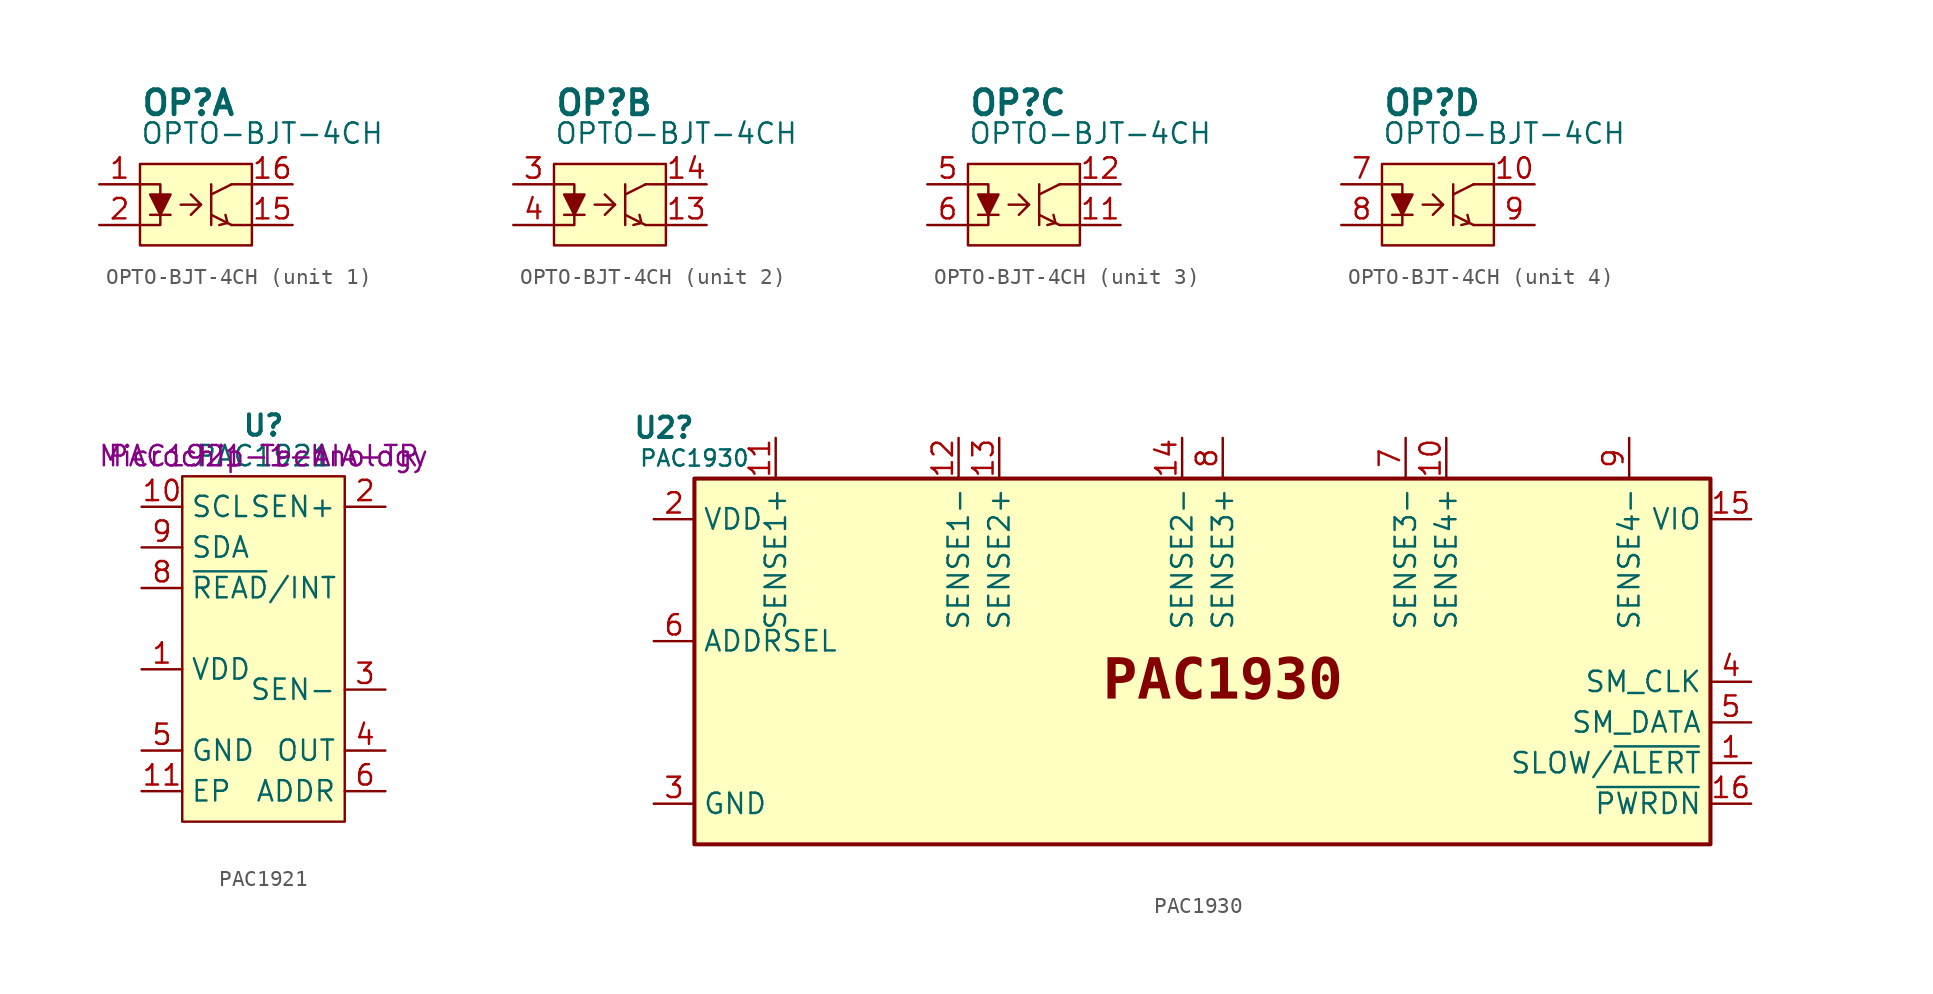
<source format=kicad_sym>
(kicad_symbol_lib
  (version 20231120)
  (generator "kicad_symbol_editor")
  (generator_version "8.0")
  (symbol "OPTO-BJT-4CH"
    (pin_names hide)
    (property "Reference" "OP"
      (at 0 0 0)
      (effects (font (size 1.5 1.5) (bold yes)) (justify left)))
    (property "Value" "OPTO-BJT-4CH"
      (at 0 -1.905 0)
      (effects (font (size 1.27 1.27)) (justify left)))
    (property "ki_locked" ""
      (at 0 0 0)
      (effects (font (size 1.27 1.27))))
    (symbol "OPTO-BJT-4CH_0_1"
      (polyline (pts (xy 0.635 -6.985) (xy 1.905 -6.985)) (stroke (width 0) (type default)) (fill (type none)))
      (polyline (pts (xy 0 -7.62) (xy 1.27 -7.62) (xy 1.27 -6.985)) (stroke (width 0) (type default)) (fill (type none)))
      (polyline (pts (xy 0 -5.08) (xy 1.27 -5.08) (xy 1.27 -5.715)) (stroke (width 0) (type default)) (fill (type none))))
    (symbol "OPTO-BJT-4CH_1_1"
      (rectangle (start 0 -3.81) (end 6.985 -8.89) (stroke (width 0) (type default)) (fill (type background)))
      (polyline (pts (xy 3.81 -6.35) (xy 3.175 -6.985)) (stroke (width 0) (type default)) (fill (type none)))
      (polyline (pts (xy 4.445 -6.985) (xy 5.715 -7.62)) (stroke (width 0) (type default)) (fill (type none)))
      (polyline (pts (xy 4.445 -5.08) (xy 4.445 -7.62)) (stroke (width 0) (type default)) (fill (type none)))
      (polyline (pts (xy 5.715 -5.08) (xy 4.445 -5.715)) (stroke (width 0) (type default)) (fill (type none)))
      (polyline (pts (xy 5.715 -5.08) (xy 6.985 -5.08)) (stroke (width 0) (type default)) (fill (type none)))
      (polyline (pts (xy 6.985 -7.62) (xy 5.715 -7.62)) (stroke (width 0) (type default)) (fill (type none)))
      (polyline (pts (xy 2.54 -6.35) (xy 3.81 -6.35) (xy 3.175 -5.715)) (stroke (width 0) (type default)) (fill (type none)))
      (polyline (pts (xy 4.953 -7.62) (xy 5.461 -7.493) (xy 5.334 -6.985)) (stroke (width 0) (type default)) (fill (type none)))
      (polyline (pts (xy 0.635 -5.715) (xy 1.905 -5.715) (xy 1.27 -6.985) (xy 0.635 -5.715)) (stroke (width 0) (type default)) (fill (type outline)))
      (pin input line (at -2.54 -5.08 0) (length 2.54) (name "A1" (effects (font (size 1.27 1.27)))) (number "1" (effects (font (size 1.27 1.27)))))
      (pin bidirectional line (at 9.525 -7.62 180) (length 2.54) (name "E1" (effects (font (size 1.27 1.27)))) (number "15" (effects (font (size 1.27 1.27)))))
      (pin bidirectional line (at 9.525 -5.08 180) (length 2.54) (name "C1" (effects (font (size 1.27 1.27)))) (number "16" (effects (font (size 1.27 1.27)))))
      (pin input line (at -2.54 -7.62 0) (length 2.54) (name "K1" (effects (font (size 1.27 1.27)))) (number "2" (effects (font (size 1.27 1.27))))))
    (symbol "OPTO-BJT-4CH_2_1"
      (rectangle (start 0 -3.81) (end 6.985 -8.89) (stroke (width 0) (type default)) (fill (type background)))
      (polyline (pts (xy 3.81 -6.35) (xy 3.175 -6.985)) (stroke (width 0) (type default)) (fill (type none)))
      (polyline (pts (xy 4.445 -6.985) (xy 5.715 -7.62)) (stroke (width 0) (type default)) (fill (type none)))
      (polyline (pts (xy 4.445 -5.08) (xy 4.445 -7.62)) (stroke (width 0) (type default)) (fill (type none)))
      (polyline (pts (xy 5.715 -5.08) (xy 4.445 -5.715)) (stroke (width 0) (type default)) (fill (type none)))
      (polyline (pts (xy 5.715 -5.08) (xy 6.985 -5.08)) (stroke (width 0) (type default)) (fill (type none)))
      (polyline (pts (xy 6.985 -7.62) (xy 5.715 -7.62)) (stroke (width 0) (type default)) (fill (type none)))
      (polyline (pts (xy 2.54 -6.35) (xy 3.81 -6.35) (xy 3.175 -5.715)) (stroke (width 0) (type default)) (fill (type none)))
      (polyline (pts (xy 4.953 -7.62) (xy 5.461 -7.493) (xy 5.334 -6.985)) (stroke (width 0) (type default)) (fill (type none)))
      (polyline (pts (xy 0.635 -5.715) (xy 1.905 -5.715) (xy 1.27 -6.985) (xy 0.635 -5.715)) (stroke (width 0) (type default)) (fill (type outline)))
      (pin bidirectional line (at 9.525 -7.62 180) (length 2.54) (name "E2" (effects (font (size 1.27 1.27)))) (number "13" (effects (font (size 1.27 1.27)))))
      (pin bidirectional line (at 9.525 -5.08 180) (length 2.54) (name "C2" (effects (font (size 1.27 1.27)))) (number "14" (effects (font (size 1.27 1.27)))))
      (pin input line (at -2.54 -5.08 0) (length 2.54) (name "A2" (effects (font (size 1.27 1.27)))) (number "3" (effects (font (size 1.27 1.27)))))
      (pin input line (at -2.54 -7.62 0) (length 2.54) (name "K2" (effects (font (size 1.27 1.27)))) (number "4" (effects (font (size 1.27 1.27))))))
    (symbol "OPTO-BJT-4CH_3_1"
      (rectangle (start 0 -3.81) (end 6.985 -8.89) (stroke (width 0) (type default)) (fill (type background)))
      (polyline (pts (xy 3.81 -6.35) (xy 3.175 -6.985)) (stroke (width 0) (type default)) (fill (type none)))
      (polyline (pts (xy 4.445 -6.985) (xy 5.715 -7.62)) (stroke (width 0) (type default)) (fill (type none)))
      (polyline (pts (xy 4.445 -5.08) (xy 4.445 -7.62)) (stroke (width 0) (type default)) (fill (type none)))
      (polyline (pts (xy 5.715 -5.08) (xy 4.445 -5.715)) (stroke (width 0) (type default)) (fill (type none)))
      (polyline (pts (xy 5.715 -5.08) (xy 6.985 -5.08)) (stroke (width 0) (type default)) (fill (type none)))
      (polyline (pts (xy 6.985 -7.62) (xy 5.715 -7.62)) (stroke (width 0) (type default)) (fill (type none)))
      (polyline (pts (xy 2.54 -6.35) (xy 3.81 -6.35) (xy 3.175 -5.715)) (stroke (width 0) (type default)) (fill (type none)))
      (polyline (pts (xy 4.953 -7.62) (xy 5.461 -7.493) (xy 5.334 -6.985)) (stroke (width 0) (type default)) (fill (type none)))
      (polyline (pts (xy 0.635 -5.715) (xy 1.905 -5.715) (xy 1.27 -6.985) (xy 0.635 -5.715)) (stroke (width 0) (type default)) (fill (type outline)))
      (pin bidirectional line (at 9.525 -7.62 180) (length 2.54) (name "E3" (effects (font (size 1.27 1.27)))) (number "11" (effects (font (size 1.27 1.27)))))
      (pin bidirectional line (at 9.525 -5.08 180) (length 2.54) (name "C3" (effects (font (size 1.27 1.27)))) (number "12" (effects (font (size 1.27 1.27)))))
      (pin input line (at -2.54 -5.08 0) (length 2.54) (name "A3" (effects (font (size 1.27 1.27)))) (number "5" (effects (font (size 1.27 1.27)))))
      (pin input line (at -2.54 -7.62 0) (length 2.54) (name "K3" (effects (font (size 1.27 1.27)))) (number "6" (effects (font (size 1.27 1.27))))))
    (symbol "OPTO-BJT-4CH_4_1"
      (rectangle (start 0 -3.81) (end 6.985 -8.89) (stroke (width 0) (type default)) (fill (type background)))
      (polyline (pts (xy 3.81 -6.35) (xy 3.175 -6.985)) (stroke (width 0) (type default)) (fill (type none)))
      (polyline (pts (xy 4.445 -6.985) (xy 5.715 -7.62)) (stroke (width 0) (type default)) (fill (type none)))
      (polyline (pts (xy 4.445 -5.08) (xy 4.445 -7.62)) (stroke (width 0) (type default)) (fill (type none)))
      (polyline (pts (xy 5.715 -5.08) (xy 4.445 -5.715)) (stroke (width 0) (type default)) (fill (type none)))
      (polyline (pts (xy 5.715 -5.08) (xy 6.985 -5.08)) (stroke (width 0) (type default)) (fill (type none)))
      (polyline (pts (xy 6.985 -7.62) (xy 5.715 -7.62)) (stroke (width 0) (type default)) (fill (type none)))
      (polyline (pts (xy 2.54 -6.35) (xy 3.81 -6.35) (xy 3.175 -5.715)) (stroke (width 0) (type default)) (fill (type none)))
      (polyline (pts (xy 4.953 -7.62) (xy 5.461 -7.493) (xy 5.334 -6.985)) (stroke (width 0) (type default)) (fill (type none)))
      (polyline (pts (xy 0.635 -5.715) (xy 1.905 -5.715) (xy 1.27 -6.985) (xy 0.635 -5.715)) (stroke (width 0) (type default)) (fill (type outline)))
      (pin bidirectional line (at 9.525 -5.08 180) (length 2.54) (name "C4" (effects (font (size 1.27 1.27)))) (number "10" (effects (font (size 1.27 1.27)))))
      (pin input line (at -2.54 -5.08 0) (length 2.54) (name "A4" (effects (font (size 1.27 1.27)))) (number "7" (effects (font (size 1.27 1.27)))))
      (pin input line (at -2.54 -7.62 0) (length 2.54) (name "K4" (effects (font (size 1.27 1.27)))) (number "8" (effects (font (size 1.27 1.27)))))
      (pin bidirectional line (at 9.525 -7.62 180) (length 2.54) (name "E4" (effects (font (size 1.27 1.27)))) (number "9" (effects (font (size 1.27 1.27)))))))
  (symbol "PAC1921"
    (property "Reference" "U"
      (at 0 0 0)
      (effects (font (size 1.27 1.27) (bold yes))))
    (property "Value" "PAC1921"
      (at 0 -1.905 0)
      (effects (font (size 1.27 1.27))))
    (property "MNP" "PAC1921-1-AIA-TR"
      (at 0 -1.905 0)
      (effects (font (size 1.27 1.27))))
    (property "MFT" "Microchip Technology"
      (at 0 -1.905 0)
      (effects (font (size 1.27 1.27))))
    (symbol "PAC1921_1_0"
      (pin input line (at -7.62 -5.08 0) (length 2.54) (name "SCL" (effects (font (size 1.27 1.27)))) (number "10" (effects (font (size 1.27 1.27)))))
      (pin passive line (at -7.62 -22.86 0) (length 2.54) (name "EP" (effects (font (size 1.27 1.27)))) (number "11" (effects (font (size 1.27 1.27)))))
      (pin input line (at 7.62 -5.08 180) (length 2.54) (name "SEN+" (effects (font (size 1.27 1.27)))) (number "2" (effects (font (size 1.27 1.27)))))
      (pin input line (at 7.62 -16.51 180) (length 2.54) (name "SEN-" (effects (font (size 1.27 1.27)))) (number "3" (effects (font (size 1.27 1.27)))))
      (pin output line (at 7.62 -20.32 180) (length 2.54) (name "OUT" (effects (font (size 1.27 1.27)))) (number "4" (effects (font (size 1.27 1.27)))))
      (pin passive line (at -7.62 -20.32 0) (length 2.54) (name "GND" (effects (font (size 1.27 1.27)))) (number "5" (effects (font (size 1.27 1.27)))))
      (pin input line (at 7.62 -22.86 180) (length 2.54) (name "ADDR" (effects (font (size 1.27 1.27)))) (number "6" (effects (font (size 1.27 1.27)))))
      (pin no_connect line (at -7.62 -17.78 0) (length 2.54) hide (name "RFU" (effects (font (size 1.27 1.27)))) (number "7" (effects (font (size 1.27 1.27)))))
      (pin bidirectional line (at -7.62 -10.16 0) (length 2.54) (name "~{READ}/INT" (effects (font (size 1.27 1.27)))) (number "8" (effects (font (size 1.27 1.27)))))
      (pin bidirectional line (at -7.62 -7.62 0) (length 2.54) (name "SDA" (effects (font (size 1.27 1.27)))) (number "9" (effects (font (size 1.27 1.27))))))
    (symbol "PAC1921_1_1"
      (rectangle (start -5.08 -3.175) (end 5.08 -24.765) (stroke (width 0) (type default)) (fill (type background)))
      (pin power_in line (at -7.62 -15.24 0) (length 2.54) (name "VDD" (effects (font (size 1.27 1.27)))) (number "1" (effects (font (size 1.27 1.27)))))))
  (symbol "PAC1930"
    (property "Reference" "U2"
      (at -1.905 3.175 0)
      (effects (font (size 1.27 1.27) (bold yes))))
    (property "Value" "PAC1930"
      (at 0 1.27 0)
      (effects (font (size 1.016 1.016))))
    (symbol "PAC1930_0_0"
      (pin unspecified line (at 66.04 -17.78 180) (length 2.54) (name "SLOW/~{ALERT}" (effects (font (size 1.27 1.27)))) (number "1" (effects (font (size 1.27 1.27)))))
      (pin unspecified line (at 46.99 2.54 270) (length 2.54) (name "SENSE4+" (effects (font (size 1.27 1.27)))) (number "10" (effects (font (size 1.27 1.27)))))
      (pin unspecified line (at 5.08 2.54 270) (length 2.54) (name "SENSE1+" (effects (font (size 1.27 1.27)))) (number "11" (effects (font (size 1.27 1.27)))))
      (pin unspecified line (at 16.51 2.54 270) (length 2.54) (name "SENSE1-" (effects (font (size 1.27 1.27)))) (number "12" (effects (font (size 1.27 1.27)))))
      (pin unspecified line (at 19.05 2.54 270) (length 2.54) (name "SENSE2+" (effects (font (size 1.27 1.27)))) (number "13" (effects (font (size 1.27 1.27)))))
      (pin unspecified line (at 30.48 2.54 270) (length 2.54) (name "SENSE2-" (effects (font (size 1.27 1.27)))) (number "14" (effects (font (size 1.27 1.27)))))
      (pin unspecified line (at 66.04 -20.32 180) (length 2.54) (name "~{PWRDN}" (effects (font (size 1.27 1.27)))) (number "16" (effects (font (size 1.27 1.27)))))
      (pin unspecified line (at 66.04 -12.7 180) (length 2.54) (name "SM_CLK" (effects (font (size 1.27 1.27)))) (number "4" (effects (font (size 1.27 1.27)))))
      (pin unspecified line (at 66.04 -15.24 180) (length 2.54) (name "SM_DATA" (effects (font (size 1.27 1.27)))) (number "5" (effects (font (size 1.27 1.27)))))
      (pin unspecified line (at 44.45 2.54 270) (length 2.54) (name "SENSE3-" (effects (font (size 1.27 1.27)))) (number "7" (effects (font (size 1.27 1.27)))))
      (pin unspecified line (at 33.02 2.54 270) (length 2.54) (name "SENSE3+" (effects (font (size 1.27 1.27)))) (number "8" (effects (font (size 1.27 1.27)))))
      (pin unspecified line (at 58.42 2.54 270) (length 2.54) (name "SENSE4-" (effects (font (size 1.27 1.27)))) (number "9" (effects (font (size 1.27 1.27))))))
    (symbol "PAC1930_1_0"
      (pin unspecified line (at 66.04 -2.54 180) (length 2.54) (name "VIO" (effects (font (size 1.27 1.27)))) (number "15" (effects (font (size 1.27 1.27)))))
      (pin power_in line (at -2.54 -2.54 0) (length 2.54) (name "VDD" (effects (font (size 1.27 1.27)))) (number "2" (effects (font (size 1.27 1.27)))))
      (pin power_in line (at -2.54 -20.32 0) (length 2.54) (name "GND" (effects (font (size 1.27 1.27)))) (number "3" (effects (font (size 1.27 1.27)))))
      (pin bidirectional line (at -2.54 -10.16 0) (length 2.54) (name "ADDRSEL" (effects (font (size 1.27 1.27)))) (number "6" (effects (font (size 1.27 1.27))))))
    (symbol "PAC1930_1_1"
      (rectangle (start 0 0) (end 63.5 -22.86) (stroke (width 0.254) (type default)) (fill (type background)))
      (text "PAC1930" (at 33.02 -12.7 0) (effects (font (face "Consolas") (size 2.54 2.54) (bold yes)))))))
</source>
